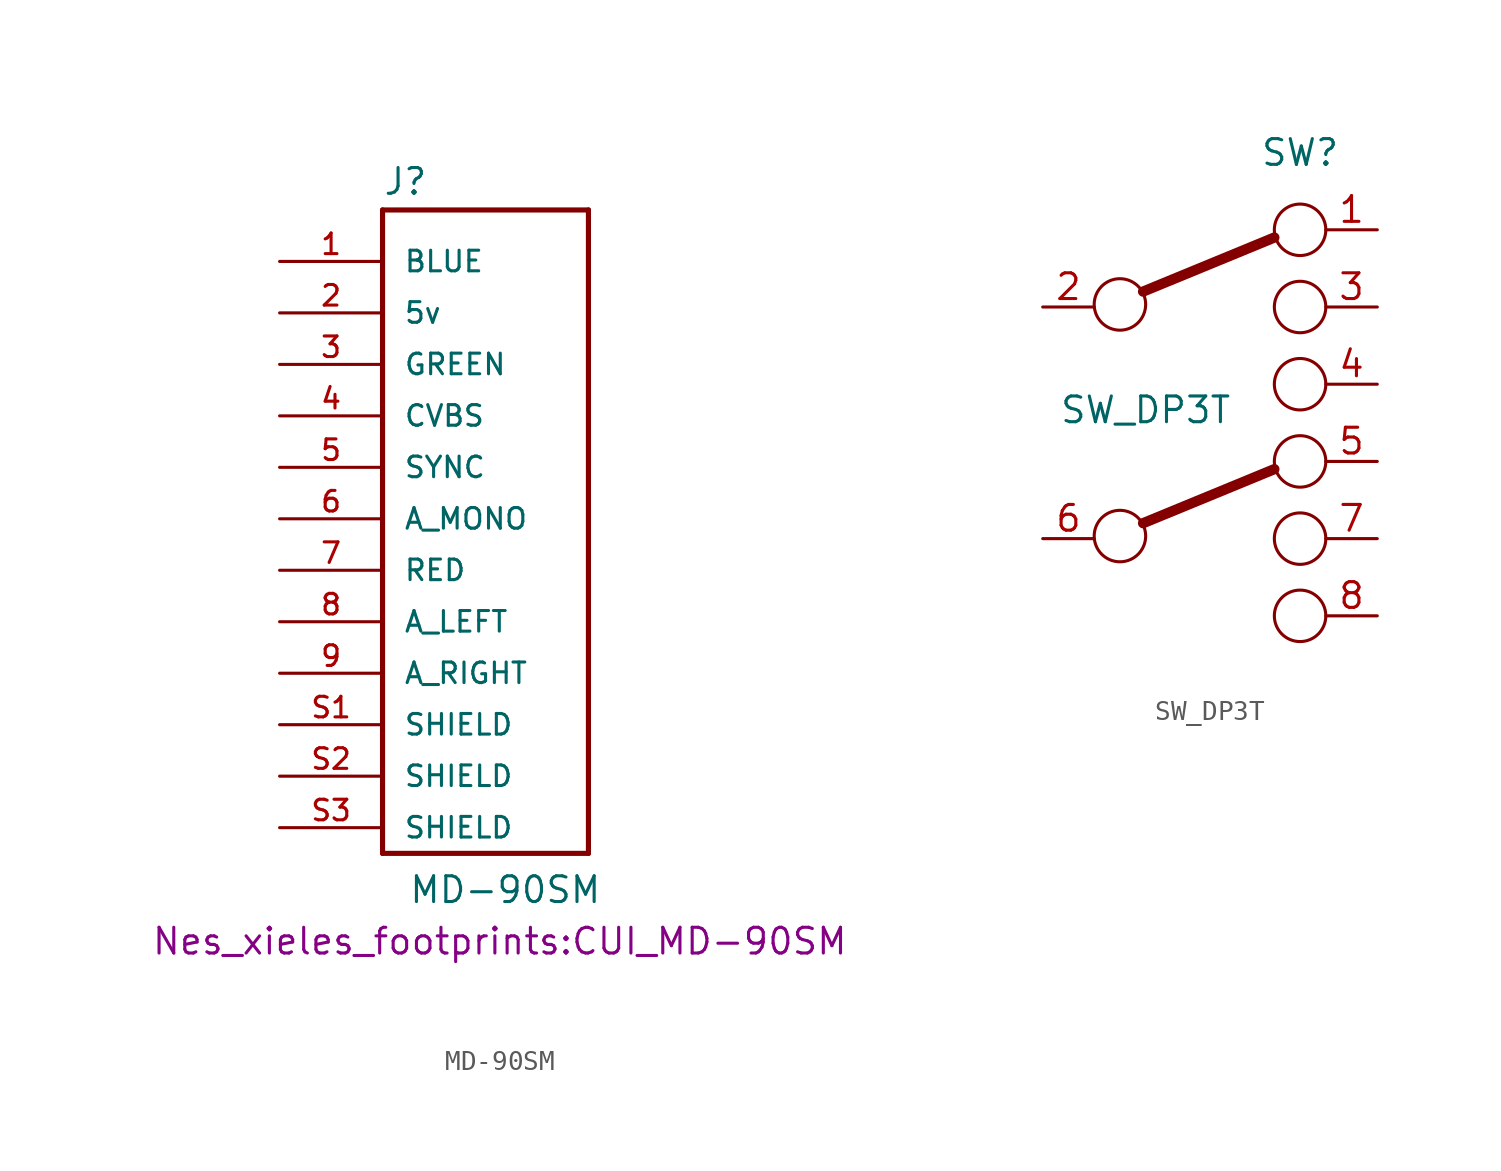
<source format=kicad_sym>
(kicad_symbol_lib
  (version 20220914)
  (generator kicad_symbol_editor)
  (symbol "MD-90SM"
    (pin_names
      (offset 1.016))
    (property "Reference" "J"
      (at -5.08 15.9 0)
      (effects (font (size 1.27 1.27)) (justify left bottom)))
    (property "Value" "MD-90SM"
      (at -3.81 -19.05 0)
      (effects (font (size 1.27 1.27)) (justify left bottom)))
    (property "Footprint" "Nes_xieles_footprints:CUI_MD-90SM"
      (at -16.51 -21.59 0)
      (effects (font (size 1.27 1.27)) (justify left bottom)))
    (symbol "MD-90SM_0_0"
      (polyline (pts (xy -5.08 -16.51) (xy -5.08 15.24)) (stroke (width 0.254) (type solid)) (fill (type none)))
      (polyline (pts (xy -5.08 15.24) (xy 5.08 15.24)) (stroke (width 0.254) (type solid)) (fill (type none)))
      (polyline (pts (xy 5.08 -16.51) (xy -5.08 -16.51)) (stroke (width 0.254) (type solid)) (fill (type none)))
      (polyline (pts (xy 5.08 15.24) (xy 5.08 -16.51)) (stroke (width 0.254) (type solid)) (fill (type none)))
      (pin passive line (at -10.16 12.7 0) (length 5.08) (name "BLUE" (effects (font (size 1.016 1.016)))) (number "1" (effects (font (size 1.016 1.016)))))
      (pin passive line (at -10.16 10.16 0) (length 5.08) (name "5v" (effects (font (size 1.016 1.016)))) (number "2" (effects (font (size 1.016 1.016)))))
      (pin passive line (at -10.16 7.62 0) (length 5.08) (name "GREEN" (effects (font (size 1.016 1.016)))) (number "3" (effects (font (size 1.016 1.016)))))
      (pin passive line (at -10.16 5.08 0) (length 5.08) (name "CVBS" (effects (font (size 1.016 1.016)))) (number "4" (effects (font (size 1.016 1.016)))))
      (pin passive line (at -10.16 2.54 0) (length 5.08) (name "SYNC" (effects (font (size 1.016 1.016)))) (number "5" (effects (font (size 1.016 1.016)))))
      (pin passive line (at -10.16 0 0) (length 5.08) (name "A_MONO" (effects (font (size 1.016 1.016)))) (number "6" (effects (font (size 1.016 1.016)))))
      (pin passive line (at -10.16 -2.54 0) (length 5.08) (name "RED" (effects (font (size 1.016 1.016)))) (number "7" (effects (font (size 1.016 1.016)))))
      (pin passive line (at -10.16 -5.08 0) (length 5.08) (name "A_LEFT" (effects (font (size 1.016 1.016)))) (number "8" (effects (font (size 1.016 1.016)))))
      (pin passive line (at -10.16 -7.62 0) (length 5.08) (name "A_RIGHT" (effects (font (size 1.016 1.016)))) (number "9" (effects (font (size 1.016 1.016)))))
      (pin passive line (at -10.16 -10.16 0) (length 5.08) (name "SHIELD" (effects (font (size 1.016 1.016)))) (number "S1" (effects (font (size 1.016 1.016)))))
      (pin passive line (at -10.16 -12.7 0) (length 5.08) (name "SHIELD" (effects (font (size 1.016 1.016)))) (number "S2" (effects (font (size 1.016 1.016)))))
      (pin passive line (at -10.16 -15.24 0) (length 5.08) (name "SHIELD" (effects (font (size 1.016 1.016)))) (number "S3" (effects (font (size 1.016 1.016)))))))
  (symbol "SW_DP3T"
    (pin_names
      (offset 1.016))
    (property "Reference" "SW"
      (at 0 0 0)
      (effects (font (size 1.27 1.27))))
    (property "Value" "SW_DP3T"
      (at -7.62 -12.7 0)
      (effects (font (size 1.27 1.27))))
    (symbol "SW_DP3T_0_1"
      (circle (center -8.89 -18.923) (radius 1.27) (stroke (width 0) (type solid)) (fill (type none)))
      (circle (center -8.89 -7.493) (radius 1.27) (stroke (width 0) (type solid)) (fill (type none)))
      (circle (center 0 -22.86) (radius 1.27) (stroke (width 0) (type solid)) (fill (type none)))
      (circle (center 0 -19.05) (radius 1.27) (stroke (width 0) (type solid)) (fill (type none)))
      (circle (center 0 -15.24) (radius 1.27) (stroke (width 0) (type solid)) (fill (type none)))
      (circle (center 0 -11.43) (radius 1.27) (stroke (width 0) (type solid)) (fill (type none)))
      (circle (center 0 -7.62) (radius 1.27) (stroke (width 0) (type solid)) (fill (type none)))
      (circle (center 0 -3.81) (radius 1.27) (stroke (width 0) (type solid)) (fill (type none)))
      (polyline (pts (xy -7.747 -18.288) (xy -1.27 -15.621)) (stroke (width 0.508) (type solid)) (fill (type none)))
      (polyline (pts (xy -7.747 -6.858) (xy -1.27 -4.191)) (stroke (width 0.508) (type solid)) (fill (type none))))
    (symbol "SW_DP3T_1_1"
      (pin passive line (at 3.81 -3.81 180) (length 2.54) (name "~" (effects (font (size 1.27 1.27)))) (number "1" (effects (font (size 1.27 1.27)))))
      (pin passive line (at -12.7 -7.62 0) (length 2.54) (name "~" (effects (font (size 1.27 1.27)))) (number "2" (effects (font (size 1.27 1.27)))))
      (pin passive line (at 3.81 -7.62 180) (length 2.54) (name "~" (effects (font (size 1.27 1.27)))) (number "3" (effects (font (size 1.27 1.27)))))
      (pin passive line (at 3.81 -11.43 180) (length 2.54) (name "~" (effects (font (size 1.27 1.27)))) (number "4" (effects (font (size 1.27 1.27)))))
      (pin passive line (at 3.81 -15.24 180) (length 2.54) (name "~" (effects (font (size 1.27 1.27)))) (number "5" (effects (font (size 1.27 1.27)))))
      (pin passive line (at -12.7 -19.05 0) (length 2.54) (name "~" (effects (font (size 1.27 1.27)))) (number "6" (effects (font (size 1.27 1.27)))))
      (pin passive line (at 3.81 -19.05 180) (length 2.54) (name "~" (effects (font (size 1.27 1.27)))) (number "7" (effects (font (size 1.27 1.27)))))
      (pin passive line (at 3.81 -22.86 180) (length 2.54) (name "~" (effects (font (size 1.27 1.27)))) (number "8" (effects (font (size 1.27 1.27))))))))
</source>
